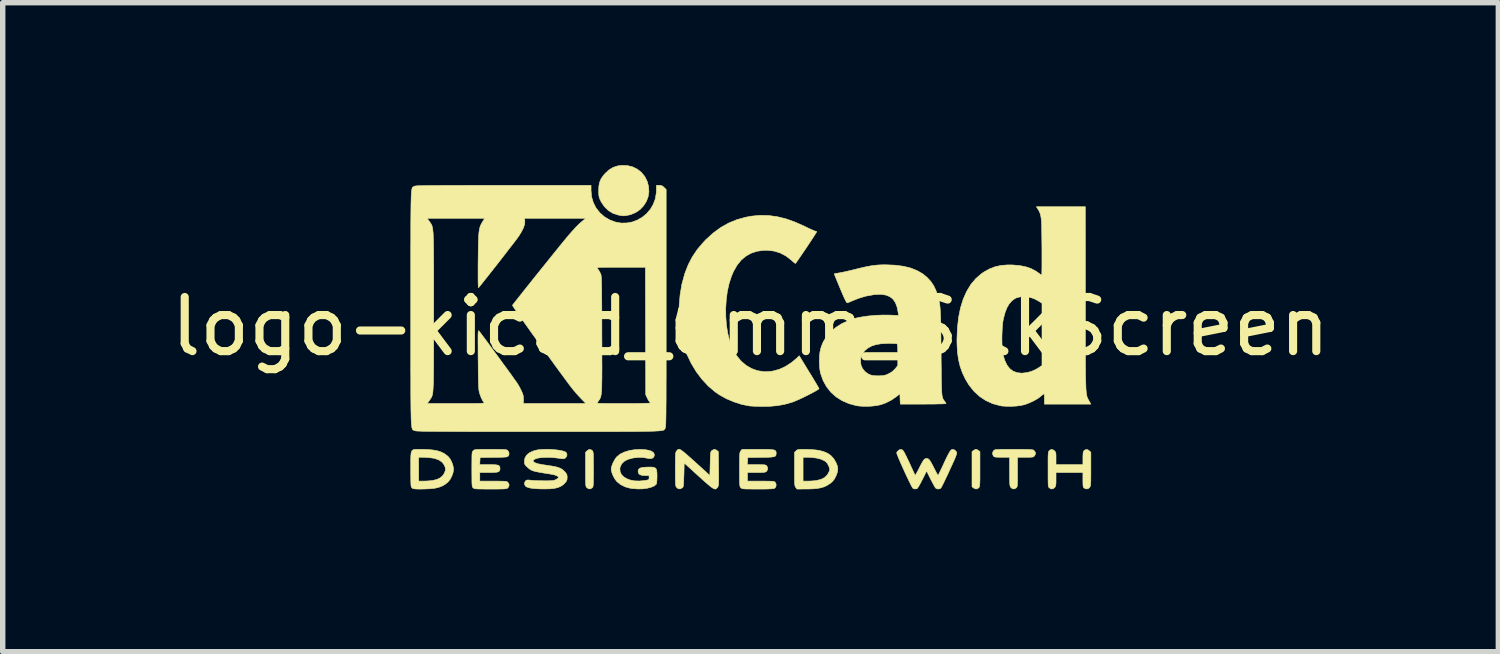
<source format=kicad_pcb>
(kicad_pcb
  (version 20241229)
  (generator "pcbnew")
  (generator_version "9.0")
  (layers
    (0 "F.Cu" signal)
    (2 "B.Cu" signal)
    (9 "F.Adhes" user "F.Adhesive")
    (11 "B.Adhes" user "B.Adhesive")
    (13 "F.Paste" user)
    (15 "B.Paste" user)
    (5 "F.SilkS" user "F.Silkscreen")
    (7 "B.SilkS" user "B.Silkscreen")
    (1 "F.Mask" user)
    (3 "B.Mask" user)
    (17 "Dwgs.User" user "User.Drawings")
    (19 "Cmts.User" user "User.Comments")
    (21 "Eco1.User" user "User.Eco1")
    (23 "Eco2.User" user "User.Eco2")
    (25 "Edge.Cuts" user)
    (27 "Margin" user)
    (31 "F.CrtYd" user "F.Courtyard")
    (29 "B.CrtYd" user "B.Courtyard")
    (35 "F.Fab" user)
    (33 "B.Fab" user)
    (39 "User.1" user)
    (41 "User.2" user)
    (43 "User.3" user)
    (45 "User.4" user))
  (footprint "logo-kicad_6mm_SilkScreen"
    (layer "F.Cu")
    (at 10.815 2.982)
    (property "Reference" "logo-kicad_6mm_SilkScreen" (at 0 0 0) (layer "F.SilkS") (effects (font (size 1 1) (thickness 0.15))))
    (attr exclude_from_pos_files exclude_from_bom)
    (fp_poly (pts (xy 4.189 2.276) (xy 4.212 2.291) (xy 4.239 2.312) (xy 4.239 2.634) (xy 4.239 2.728) (xy 4.239 2.802) (xy 4.238 2.859) (xy 4.236 2.901) (xy 4.234 2.931) (xy 4.231 2.951) (xy 4.227 2.965) (xy 4.221 2.974) (xy 4.217 2.979) (xy 4.186 3) (xy 4.15 2.999) (xy 4.119 2.981) (xy 4.092 2.96) (xy 4.092 2.312) (xy 4.119 2.291) (xy 4.145 2.275) (xy 4.166 2.269) (xy 4.189 2.276)) (stroke (width 0.01) (type solid)) (fill yes) (layer "F.SilkS"))
    (fp_poly (pts (xy -2.924 2.292) (xy -2.917 2.299) (xy -2.912 2.309) (xy -2.908 2.324) (xy -2.905 2.346) (xy -2.903 2.378) (xy -2.902 2.422) (xy -2.902 2.482) (xy -2.901 2.56) (xy -2.901 2.636) (xy -2.901 2.73) (xy -2.902 2.804) (xy -2.902 2.86) (xy -2.904 2.902) (xy -2.906 2.932) (xy -2.909 2.952) (xy -2.913 2.965) (xy -2.919 2.974) (xy -2.924 2.98) (xy -2.957 3) (xy -2.992 2.998) (xy -3.023 2.977) (xy -3.031 2.968) (xy -3.036 2.959) (xy -3.041 2.945) (xy -3.044 2.924) (xy -3.046 2.895) (xy -3.047 2.853) (xy -3.048 2.796) (xy -3.048 2.722) (xy -3.048 2.638) (xy -3.048 2.324) (xy -3.02 2.297) (xy -2.986 2.273) (xy -2.953 2.273) (xy -2.924 2.292)) (stroke (width 0.01) (type solid)) (fill yes) (layer "F.SilkS"))
    (fp_poly (pts (xy -2.273 -2.973) (xy -2.177 -2.949) (xy -2.09 -2.906) (xy -2.015 -2.847) (xy -1.954 -2.772) (xy -1.909 -2.683) (xy -1.883 -2.586) (xy -1.877 -2.489) (xy -1.892 -2.395) (xy -1.926 -2.307) (xy -1.977 -2.228) (xy -2.042 -2.16) (xy -2.121 -2.106) (xy -2.212 -2.068) (xy -2.263 -2.056) (xy -2.308 -2.048) (xy -2.342 -2.045) (xy -2.375 -2.047) (xy -2.415 -2.054) (xy -2.449 -2.061) (xy -2.542 -2.092) (xy -2.626 -2.143) (xy -2.698 -2.213) (xy -2.756 -2.298) (xy -2.77 -2.326) (xy -2.787 -2.362) (xy -2.797 -2.392) (xy -2.802 -2.425) (xy -2.805 -2.466) (xy -2.805 -2.512) (xy -2.801 -2.596) (xy -2.787 -2.665) (xy -2.762 -2.726) (xy -2.723 -2.784) (xy -2.684 -2.829) (xy -2.612 -2.895) (xy -2.537 -2.94) (xy -2.455 -2.967) (xy -2.377 -2.977) (xy -2.273 -2.973)) (stroke (width 0.01) (type solid)) (fill yes) (layer "F.SilkS"))
    (fp_poly (pts (xy 4.963 2.269) (xy 5.042 2.27) (xy 5.103 2.27) (xy 5.149 2.272) (xy 5.182 2.274) (xy 5.205 2.277) (xy 5.221 2.28) (xy 5.231 2.285) (xy 5.236 2.289) (xy 5.261 2.321) (xy 5.265 2.355) (xy 5.249 2.386) (xy 5.238 2.398) (xy 5.227 2.406) (xy 5.211 2.412) (xy 5.186 2.414) (xy 5.147 2.416) (xy 5.09 2.416) (xy 5.079 2.416) (xy 4.933 2.416) (xy 4.933 2.687) (xy 4.933 2.772) (xy 4.933 2.838) (xy 4.932 2.887) (xy 4.93 2.922) (xy 4.927 2.946) (xy 4.923 2.962) (xy 4.918 2.972) (xy 4.911 2.98) (xy 4.878 3) (xy 4.843 2.999) (xy 4.812 2.976) (xy 4.81 2.973) (xy 4.802 2.962) (xy 4.797 2.95) (xy 4.793 2.933) (xy 4.79 2.908) (xy 4.788 2.872) (xy 4.787 2.822) (xy 4.787 2.755) (xy 4.786 2.68) (xy 4.786 2.416) (xy 4.647 2.416) (xy 4.587 2.415) (xy 4.546 2.414) (xy 4.519 2.411) (xy 4.502 2.405) (xy 4.49 2.397) (xy 4.489 2.395) (xy 4.473 2.362) (xy 4.474 2.324) (xy 4.493 2.292) (xy 4.5 2.285) (xy 4.51 2.28) (xy 4.524 2.276) (xy 4.545 2.274) (xy 4.575 2.272) (xy 4.618 2.27) (xy 4.676 2.269) (xy 4.75 2.269) (xy 4.844 2.269) (xy 4.864 2.269) (xy 4.963 2.269)) (stroke (width 0.01) (type solid)) (fill yes) (layer "F.SilkS"))
    (fp_poly (pts (xy 6.229 2.275) (xy 6.26 2.297) (xy 6.288 2.324) (xy 6.288 2.634) (xy 6.288 2.726) (xy 6.287 2.798) (xy 6.287 2.853) (xy 6.285 2.893) (xy 6.283 2.922) (xy 6.28 2.942) (xy 6.275 2.956) (xy 6.269 2.967) (xy 6.265 2.973) (xy 6.234 2.998) (xy 6.198 3) (xy 6.166 2.985) (xy 6.156 2.976) (xy 6.148 2.965) (xy 6.144 2.946) (xy 6.142 2.915) (xy 6.141 2.869) (xy 6.141 2.833) (xy 6.141 2.698) (xy 5.644 2.698) (xy 5.644 2.821) (xy 5.644 2.877) (xy 5.642 2.915) (xy 5.638 2.941) (xy 5.63 2.96) (xy 5.621 2.973) (xy 5.59 2.998) (xy 5.555 3.001) (xy 5.522 2.983) (xy 5.513 2.974) (xy 5.506 2.962) (xy 5.502 2.943) (xy 5.499 2.914) (xy 5.498 2.87) (xy 5.497 2.808) (xy 5.497 2.794) (xy 5.497 2.678) (xy 5.497 2.582) (xy 5.497 2.504) (xy 5.497 2.443) (xy 5.498 2.396) (xy 5.5 2.361) (xy 5.502 2.335) (xy 5.505 2.318) (xy 5.51 2.306) (xy 5.515 2.298) (xy 5.52 2.292) (xy 5.552 2.272) (xy 5.585 2.275) (xy 5.617 2.297) (xy 5.629 2.311) (xy 5.638 2.327) (xy 5.642 2.35) (xy 5.644 2.384) (xy 5.644 2.436) (xy 5.644 2.551) (xy 6.141 2.551) (xy 6.141 2.433) (xy 6.142 2.378) (xy 6.144 2.341) (xy 6.148 2.317) (xy 6.155 2.301) (xy 6.164 2.292) (xy 6.196 2.272) (xy 6.229 2.275)) (stroke (width 0.01) (type solid)) (fill yes) (layer "F.SilkS"))
    (fp_poly (pts (xy 1.018 2.269) (xy 1.147 2.274) (xy 1.257 2.287) (xy 1.349 2.31) (xy 1.426 2.343) (xy 1.489 2.388) (xy 1.539 2.444) (xy 1.58 2.514) (xy 1.58 2.515) (xy 1.605 2.577) (xy 1.613 2.633) (xy 1.606 2.688) (xy 1.584 2.751) (xy 1.579 2.761) (xy 1.55 2.817) (xy 1.517 2.86) (xy 1.475 2.897) (xy 1.417 2.934) (xy 1.414 2.936) (xy 1.364 2.96) (xy 1.307 2.978) (xy 1.24 2.991) (xy 1.159 2.999) (xy 1.06 3.002) (xy 1.025 3.002) (xy 0.86 3.003) (xy 0.836 2.973) (xy 0.829 2.963) (xy 0.824 2.952) (xy 0.82 2.936) (xy 0.817 2.913) (xy 0.815 2.88) (xy 0.814 2.856) (xy 0.971 2.856) (xy 1.065 2.856) (xy 1.12 2.854) (xy 1.176 2.85) (xy 1.222 2.844) (xy 1.225 2.844) (xy 1.307 2.822) (xy 1.371 2.789) (xy 1.418 2.743) (xy 1.451 2.683) (xy 1.457 2.667) (xy 1.463 2.642) (xy 1.46 2.618) (xy 1.448 2.585) (xy 1.441 2.569) (xy 1.418 2.527) (xy 1.39 2.497) (xy 1.359 2.477) (xy 1.297 2.45) (xy 1.218 2.43) (xy 1.125 2.419) (xy 1.058 2.416) (xy 0.971 2.416) (xy 0.971 2.856) (xy 0.814 2.856) (xy 0.814 2.835) (xy 0.813 2.774) (xy 0.813 2.696) (xy 0.813 2.634) (xy 0.813 2.324) (xy 0.841 2.297) (xy 0.853 2.286) (xy 0.866 2.278) (xy 0.885 2.273) (xy 0.913 2.27) (xy 0.955 2.269) (xy 1.015 2.269) (xy 1.018 2.269)) (stroke (width 0.01) (type solid)) (fill yes) (layer "F.SilkS"))
    (fp_poly (pts (xy -6.121 2.269) (xy -6.082 2.269) (xy -5.966 2.272) (xy -5.869 2.281) (xy -5.788 2.295) (xy -5.719 2.317) (xy -5.658 2.347) (xy -5.604 2.387) (xy -5.584 2.404) (xy -5.552 2.443) (xy -5.523 2.497) (xy -5.5 2.557) (xy -5.488 2.615) (xy -5.486 2.636) (xy -5.494 2.695) (xy -5.516 2.759) (xy -5.547 2.82) (xy -5.584 2.868) (xy -5.59 2.874) (xy -5.641 2.915) (xy -5.696 2.947) (xy -5.76 2.971) (xy -5.834 2.988) (xy -5.924 2.998) (xy -6.031 3.002) (xy -6.08 3.003) (xy -6.142 3.003) (xy -6.186 3.001) (xy -6.215 2.999) (xy -6.234 2.994) (xy -6.247 2.987) (xy -6.254 2.98) (xy -6.261 2.973) (xy -6.266 2.963) (xy -6.27 2.948) (xy -6.273 2.926) (xy -6.274 2.894) (xy -6.276 2.85) (xy -6.276 2.79) (xy -6.277 2.712) (xy -6.277 2.636) (xy -6.277 2.535) (xy -6.277 2.454) (xy -6.276 2.416) (xy -6.13 2.416) (xy -6.13 2.856) (xy -6.037 2.856) (xy -5.981 2.854) (xy -5.922 2.85) (xy -5.873 2.844) (xy -5.872 2.844) (xy -5.792 2.825) (xy -5.731 2.795) (xy -5.684 2.753) (xy -5.655 2.707) (xy -5.636 2.656) (xy -5.638 2.608) (xy -5.659 2.557) (xy -5.7 2.504) (xy -5.758 2.465) (xy -5.833 2.438) (xy -5.883 2.429) (xy -5.939 2.423) (xy -6 2.418) (xy -6.051 2.416) (xy -6.054 2.416) (xy -6.13 2.416) (xy -6.276 2.416) (xy -6.275 2.392) (xy -6.271 2.345) (xy -6.263 2.312) (xy -6.25 2.29) (xy -6.23 2.277) (xy -6.203 2.27) (xy -6.167 2.269) (xy -6.121 2.269)) (stroke (width 0.01) (type solid)) (fill yes) (layer "F.SilkS"))
    (fp_poly (pts (xy -1.3 2.273) (xy -1.277 2.287) (xy -1.246 2.31) (xy -1.206 2.342) (xy -1.156 2.386) (xy -1.094 2.441) (xy -1.018 2.509) (xy -0.931 2.588) (xy -0.751 2.752) (xy -0.745 2.532) (xy -0.743 2.456) (xy -0.741 2.4) (xy -0.739 2.36) (xy -0.736 2.332) (xy -0.731 2.314) (xy -0.725 2.303) (xy -0.717 2.294) (xy -0.713 2.291) (xy -0.678 2.272) (xy -0.645 2.274) (xy -0.619 2.291) (xy -0.593 2.312) (xy -0.589 2.627) (xy -0.588 2.72) (xy -0.588 2.793) (xy -0.588 2.848) (xy -0.589 2.889) (xy -0.591 2.919) (xy -0.594 2.939) (xy -0.598 2.953) (xy -0.604 2.964) (xy -0.61 2.972) (xy -0.623 2.988) (xy -0.637 2.999) (xy -0.652 3.003) (xy -0.671 2.999) (xy -0.695 2.987) (xy -0.727 2.965) (xy -0.768 2.932) (xy -0.821 2.887) (xy -0.886 2.829) (xy -0.96 2.762) (xy -1.225 2.521) (xy -1.23 2.741) (xy -1.233 2.816) (xy -1.235 2.872) (xy -1.237 2.913) (xy -1.24 2.94) (xy -1.244 2.958) (xy -1.25 2.969) (xy -1.259 2.978) (xy -1.263 2.981) (xy -1.3 3) (xy -1.335 2.997) (xy -1.365 2.973) (xy -1.372 2.963) (xy -1.378 2.952) (xy -1.382 2.936) (xy -1.385 2.913) (xy -1.386 2.88) (xy -1.388 2.835) (xy -1.388 2.774) (xy -1.389 2.694) (xy -1.389 2.636) (xy -1.388 2.544) (xy -1.388 2.473) (xy -1.387 2.418) (xy -1.386 2.378) (xy -1.384 2.349) (xy -1.38 2.329) (xy -1.376 2.315) (xy -1.37 2.305) (xy -1.365 2.299) (xy -1.354 2.285) (xy -1.343 2.274) (xy -1.332 2.268) (xy -1.318 2.267) (xy -1.3 2.273)) (stroke (width 0.01) (type solid)) (fill yes) (layer "F.SilkS"))
    (fp_poly (pts (xy -1.95 2.275) (xy -1.882 2.286) (xy -1.829 2.304) (xy -1.795 2.327) (xy -1.785 2.341) (xy -1.776 2.372) (xy -1.782 2.4) (xy -1.802 2.427) (xy -1.834 2.44) (xy -1.879 2.439) (xy -1.914 2.432) (xy -1.992 2.419) (xy -2.072 2.418) (xy -2.162 2.428) (xy -2.186 2.433) (xy -2.269 2.456) (xy -2.334 2.491) (xy -2.38 2.537) (xy -2.407 2.592) (xy -2.413 2.621) (xy -2.409 2.68) (xy -2.386 2.732) (xy -2.345 2.776) (xy -2.288 2.811) (xy -2.219 2.837) (xy -2.138 2.852) (xy -2.048 2.854) (xy -1.951 2.845) (xy -1.945 2.844) (xy -1.907 2.836) (xy -1.885 2.83) (xy -1.876 2.819) (xy -1.874 2.802) (xy -1.874 2.793) (xy -1.874 2.754) (xy -1.942 2.754) (xy -2.003 2.75) (xy -2.044 2.737) (xy -2.068 2.714) (xy -2.077 2.679) (xy -2.077 2.674) (xy -2.072 2.645) (xy -2.054 2.623) (xy -2.022 2.609) (xy -1.972 2.601) (xy -1.923 2.598) (xy -1.852 2.596) (xy -1.801 2.599) (xy -1.766 2.609) (xy -1.744 2.628) (xy -1.733 2.66) (xy -1.728 2.708) (xy -1.727 2.77) (xy -1.729 2.84) (xy -1.733 2.887) (xy -1.74 2.912) (xy -1.741 2.914) (xy -1.78 2.946) (xy -1.837 2.97) (xy -1.909 2.988) (xy -1.991 2.999) (xy -2.081 3.001) (xy -2.175 2.994) (xy -2.23 2.986) (xy -2.316 2.962) (xy -2.396 2.922) (xy -2.463 2.87) (xy -2.473 2.86) (xy -2.506 2.816) (xy -2.536 2.762) (xy -2.559 2.706) (xy -2.572 2.654) (xy -2.574 2.635) (xy -2.567 2.593) (xy -2.55 2.542) (xy -2.524 2.488) (xy -2.495 2.439) (xy -2.469 2.406) (xy -2.408 2.357) (xy -2.329 2.319) (xy -2.235 2.29) (xy -2.129 2.274) (xy -2.032 2.27) (xy -1.95 2.275)) (stroke (width 0.01) (type solid)) (fill yes) (layer "F.SilkS"))
    (fp_poly (pts (xy 0.23 2.269) (xy 0.307 2.27) (xy 0.365 2.272) (xy 0.408 2.276) (xy 0.438 2.282) (xy 0.457 2.291) (xy 0.468 2.303) (xy 0.473 2.319) (xy 0.474 2.339) (xy 0.474 2.341) (xy 0.473 2.364) (xy 0.468 2.382) (xy 0.457 2.395) (xy 0.437 2.404) (xy 0.406 2.41) (xy 0.36 2.414) (xy 0.298 2.417) (xy 0.216 2.418) (xy 0.191 2.418) (xy -0.051 2.421) (xy -0.054 2.486) (xy -0.058 2.551) (xy 0.111 2.551) (xy 0.176 2.552) (xy 0.223 2.553) (xy 0.255 2.555) (xy 0.276 2.559) (xy 0.289 2.565) (xy 0.299 2.573) (xy 0.299 2.573) (xy 0.316 2.607) (xy 0.316 2.643) (xy 0.297 2.674) (xy 0.294 2.678) (xy 0.281 2.686) (xy 0.263 2.692) (xy 0.237 2.695) (xy 0.197 2.697) (xy 0.142 2.698) (xy 0.106 2.698) (xy -0.056 2.698) (xy -0.056 2.856) (xy 0.19 2.856) (xy 0.272 2.856) (xy 0.333 2.857) (xy 0.379 2.858) (xy 0.41 2.86) (xy 0.431 2.864) (xy 0.445 2.868) (xy 0.453 2.874) (xy 0.455 2.877) (xy 0.472 2.908) (xy 0.473 2.944) (xy 0.46 2.975) (xy 0.449 2.985) (xy 0.438 2.991) (xy 0.421 2.995) (xy 0.396 2.998) (xy 0.359 3) (xy 0.308 3.002) (xy 0.24 3.003) (xy 0.153 3.003) (xy 0.133 3.003) (xy 0.045 3.003) (xy -0.024 3.002) (xy -0.075 3.002) (xy -0.113 3) (xy -0.139 2.998) (xy -0.156 2.994) (xy -0.167 2.989) (xy -0.176 2.983) (xy -0.18 2.978) (xy -0.187 2.97) (xy -0.192 2.96) (xy -0.196 2.945) (xy -0.199 2.923) (xy -0.201 2.89) (xy -0.202 2.845) (xy -0.203 2.785) (xy -0.203 2.707) (xy -0.203 2.641) (xy -0.203 2.549) (xy -0.203 2.476) (xy -0.202 2.421) (xy -0.201 2.38) (xy -0.198 2.35) (xy -0.195 2.33) (xy -0.191 2.316) (xy -0.185 2.305) (xy -0.18 2.299) (xy -0.156 2.269) (xy 0.134 2.269) (xy 0.23 2.269)) (stroke (width 0.01) (type solid)) (fill yes) (layer "F.SilkS"))
    (fp_poly (pts (xy -4.713 2.269) (xy -4.643 2.27) (xy -4.591 2.27) (xy -4.553 2.272) (xy -4.526 2.274) (xy -4.508 2.278) (xy -4.496 2.283) (xy -4.487 2.289) (xy -4.484 2.292) (xy -4.464 2.323) (xy -4.46 2.359) (xy -4.473 2.391) (xy -4.48 2.397) (xy -4.489 2.403) (xy -4.505 2.408) (xy -4.529 2.412) (xy -4.566 2.414) (xy -4.617 2.416) (xy -4.685 2.418) (xy -4.748 2.418) (xy -4.995 2.421) (xy -4.999 2.486) (xy -5.002 2.551) (xy -4.834 2.551) (xy -4.761 2.552) (xy -4.708 2.555) (xy -4.671 2.56) (xy -4.647 2.57) (xy -4.634 2.586) (xy -4.629 2.607) (xy -4.628 2.628) (xy -4.631 2.653) (xy -4.64 2.671) (xy -4.659 2.684) (xy -4.691 2.692) (xy -4.738 2.696) (xy -4.804 2.698) (xy -4.84 2.698) (xy -5.001 2.698) (xy -5.001 2.856) (xy -4.753 2.856) (xy -4.671 2.856) (xy -4.609 2.857) (xy -4.564 2.858) (xy -4.532 2.86) (xy -4.511 2.863) (xy -4.496 2.868) (xy -4.487 2.874) (xy -4.482 2.879) (xy -4.465 2.906) (xy -4.459 2.929) (xy -4.467 2.959) (xy -4.482 2.98) (xy -4.49 2.987) (xy -4.5 2.992) (xy -4.515 2.996) (xy -4.538 2.999) (xy -4.571 3.001) (xy -4.618 3.002) (xy -4.68 3.003) (xy -4.761 3.003) (xy -4.803 3.003) (xy -4.894 3.003) (xy -4.964 3.002) (xy -5.017 3.002) (xy -5.056 3) (xy -5.083 2.998) (xy -5.101 2.994) (xy -5.113 2.99) (xy -5.122 2.983) (xy -5.125 2.98) (xy -5.132 2.973) (xy -5.137 2.963) (xy -5.141 2.948) (xy -5.144 2.926) (xy -5.146 2.894) (xy -5.147 2.849) (xy -5.147 2.789) (xy -5.148 2.711) (xy -5.148 2.638) (xy -5.148 2.545) (xy -5.147 2.471) (xy -5.147 2.415) (xy -5.146 2.374) (xy -5.144 2.345) (xy -5.141 2.325) (xy -5.136 2.312) (xy -5.131 2.303) (xy -5.123 2.295) (xy -5.122 2.294) (xy -5.113 2.286) (xy -5.103 2.28) (xy -5.089 2.276) (xy -5.067 2.273) (xy -5.036 2.271) (xy -4.993 2.27) (xy -4.934 2.269) (xy -4.857 2.269) (xy -4.802 2.269) (xy -4.713 2.269)) (stroke (width 0.01) (type solid)) (fill yes) (layer "F.SilkS"))
    (fp_poly (pts (xy 3.745 2.271) (xy 3.764 2.278) (xy 3.765 2.278) (xy 3.792 2.299) (xy 3.806 2.32) (xy 3.809 2.329) (xy 3.809 2.342) (xy 3.805 2.361) (xy 3.796 2.387) (xy 3.782 2.424) (xy 3.761 2.473) (xy 3.732 2.536) (xy 3.695 2.617) (xy 3.675 2.661) (xy 3.639 2.74) (xy 3.604 2.812) (xy 3.574 2.876) (xy 3.548 2.928) (xy 3.528 2.965) (xy 3.516 2.986) (xy 3.513 2.989) (xy 3.482 3.001) (xy 3.447 3) (xy 3.419 2.984) (xy 3.418 2.983) (xy 3.407 2.966) (xy 3.388 2.933) (xy 3.364 2.888) (xy 3.337 2.836) (xy 3.327 2.817) (xy 3.254 2.67) (xy 3.174 2.829) (xy 3.146 2.884) (xy 3.119 2.932) (xy 3.097 2.969) (xy 3.081 2.991) (xy 3.076 2.996) (xy 3.034 3.002) (xy 3 2.989) (xy 2.99 2.974) (xy 2.972 2.943) (xy 2.949 2.897) (xy 2.921 2.839) (xy 2.89 2.774) (xy 2.857 2.704) (xy 2.824 2.631) (xy 2.792 2.56) (xy 2.763 2.494) (xy 2.737 2.435) (xy 2.718 2.386) (xy 2.705 2.352) (xy 2.7 2.334) (xy 2.7 2.334) (xy 2.711 2.311) (xy 2.733 2.289) (xy 2.735 2.288) (xy 2.762 2.272) (xy 2.787 2.273) (xy 2.796 2.275) (xy 2.808 2.282) (xy 2.82 2.294) (xy 2.834 2.315) (xy 2.852 2.347) (xy 2.875 2.393) (xy 2.905 2.455) (xy 2.932 2.512) (xy 2.962 2.578) (xy 2.99 2.638) (xy 3.013 2.688) (xy 3.03 2.725) (xy 3.039 2.746) (xy 3.041 2.749) (xy 3.047 2.743) (xy 3.061 2.721) (xy 3.081 2.685) (xy 3.106 2.638) (xy 3.115 2.619) (xy 3.148 2.554) (xy 3.174 2.507) (xy 3.194 2.474) (xy 3.21 2.454) (xy 3.226 2.443) (xy 3.242 2.439) (xy 3.252 2.438) (xy 3.271 2.44) (xy 3.287 2.447) (xy 3.303 2.462) (xy 3.321 2.487) (xy 3.344 2.526) (xy 3.373 2.581) (xy 3.389 2.613) (xy 3.415 2.663) (xy 3.437 2.705) (xy 3.454 2.734) (xy 3.464 2.748) (xy 3.466 2.749) (xy 3.472 2.738) (xy 3.487 2.709) (xy 3.508 2.666) (xy 3.534 2.612) (xy 3.564 2.548) (xy 3.578 2.517) (xy 3.616 2.436) (xy 3.647 2.374) (xy 3.672 2.328) (xy 3.692 2.297) (xy 3.71 2.278) (xy 3.727 2.271) (xy 3.745 2.271)) (stroke (width 0.01) (type solid)) (fill yes) (layer "F.SilkS"))
    (fp_poly (pts (xy -3.692 2.27) (xy -3.617 2.276) (xy -3.547 2.284) (xy -3.487 2.295) (xy -3.44 2.308) (xy -3.41 2.323) (xy -3.406 2.327) (xy -3.39 2.362) (xy -3.395 2.397) (xy -3.419 2.428) (xy -3.421 2.429) (xy -3.435 2.438) (xy -3.45 2.443) (xy -3.471 2.443) (xy -3.503 2.44) (xy -3.552 2.432) (xy -3.556 2.432) (xy -3.629 2.423) (xy -3.707 2.418) (xy -3.786 2.418) (xy -3.859 2.422) (xy -3.922 2.43) (xy -3.968 2.443) (xy -3.971 2.444) (xy -4.005 2.463) (xy -4.017 2.482) (xy -4.008 2.5) (xy -3.978 2.518) (xy -3.929 2.535) (xy -3.861 2.549) (xy -3.816 2.556) (xy -3.721 2.57) (xy -3.647 2.582) (xy -3.588 2.594) (xy -3.542 2.608) (xy -3.506 2.623) (xy -3.476 2.641) (xy -3.449 2.664) (xy -3.428 2.686) (xy -3.403 2.717) (xy -3.391 2.743) (xy -3.387 2.776) (xy -3.387 2.788) (xy -3.39 2.828) (xy -3.401 2.857) (xy -3.421 2.883) (xy -3.462 2.924) (xy -3.508 2.954) (xy -3.562 2.976) (xy -3.627 2.991) (xy -3.707 2.999) (xy -3.805 3.001) (xy -3.821 3.001) (xy -3.887 3) (xy -3.952 2.997) (xy -4.009 2.992) (xy -4.052 2.987) (xy -4.055 2.987) (xy -4.098 2.976) (xy -4.134 2.964) (xy -4.154 2.952) (xy -4.173 2.922) (xy -4.174 2.886) (xy -4.158 2.854) (xy -4.154 2.851) (xy -4.139 2.84) (xy -4.12 2.835) (xy -4.091 2.836) (xy -4.056 2.84) (xy -4.016 2.844) (xy -3.96 2.847) (xy -3.895 2.849) (xy -3.828 2.85) (xy -3.81 2.85) (xy -3.742 2.85) (xy -3.692 2.849) (xy -3.657 2.846) (xy -3.63 2.841) (xy -3.609 2.834) (xy -3.596 2.828) (xy -3.568 2.811) (xy -3.55 2.796) (xy -3.547 2.792) (xy -3.553 2.774) (xy -3.579 2.757) (xy -3.624 2.741) (xy -3.687 2.728) (xy -3.705 2.725) (xy -3.801 2.71) (xy -3.878 2.697) (xy -3.938 2.686) (xy -3.984 2.676) (xy -4.021 2.665) (xy -4.049 2.653) (xy -4.073 2.639) (xy -4.096 2.622) (xy -4.119 2.601) (xy -4.127 2.594) (xy -4.155 2.567) (xy -4.17 2.545) (xy -4.176 2.52) (xy -4.177 2.489) (xy -4.167 2.428) (xy -4.136 2.376) (xy -4.085 2.333) (xy -4.013 2.3) (xy -3.962 2.285) (xy -3.907 2.275) (xy -3.841 2.27) (xy -3.768 2.268) (xy -3.692 2.27)) (stroke (width 0.01) (type solid)) (fill yes) (layer "F.SilkS"))
    (fp_poly (pts (xy 0.328 -2.051) (xy 0.489 -2.03) (xy 0.653 -1.99) (xy 0.822 -1.93) (xy 1 -1.851) (xy 1.011 -1.845) (xy 1.069 -1.817) (xy 1.121 -1.793) (xy 1.162 -1.775) (xy 1.19 -1.764) (xy 1.2 -1.761) (xy 1.219 -1.756) (xy 1.224 -1.752) (xy 1.218 -1.741) (xy 1.202 -1.715) (xy 1.177 -1.676) (xy 1.145 -1.626) (xy 1.107 -1.569) (xy 1.066 -1.507) (xy 1.023 -1.442) (xy 0.98 -1.379) (xy 0.939 -1.319) (xy 0.902 -1.265) (xy 0.871 -1.22) (xy 0.847 -1.186) (xy 0.832 -1.167) (xy 0.83 -1.165) (xy 0.82 -1.17) (xy 0.798 -1.187) (xy 0.767 -1.214) (xy 0.752 -1.228) (xy 0.655 -1.303) (xy 0.548 -1.359) (xy 0.433 -1.394) (xy 0.31 -1.408) (xy 0.241 -1.407) (xy 0.119 -1.39) (xy 0.01 -1.354) (xy -0.087 -1.299) (xy -0.174 -1.225) (xy -0.249 -1.131) (xy -0.314 -1.018) (xy -0.351 -0.931) (xy -0.395 -0.796) (xy -0.428 -0.648) (xy -0.448 -0.493) (xy -0.458 -0.333) (xy -0.456 -0.173) (xy -0.443 -0.016) (xy -0.419 0.133) (xy -0.384 0.271) (xy -0.338 0.395) (xy -0.322 0.429) (xy -0.253 0.543) (xy -0.173 0.64) (xy -0.081 0.718) (xy 0.02 0.777) (xy 0.13 0.816) (xy 0.247 0.834) (xy 0.289 0.835) (xy 0.41 0.824) (xy 0.531 0.791) (xy 0.649 0.737) (xy 0.762 0.663) (xy 0.854 0.585) (xy 0.9 0.54) (xy 1.081 0.837) (xy 1.127 0.911) (xy 1.168 0.98) (xy 1.204 1.039) (xy 1.233 1.088) (xy 1.254 1.124) (xy 1.265 1.144) (xy 1.266 1.147) (xy 1.258 1.157) (xy 1.233 1.174) (xy 1.193 1.197) (xy 1.142 1.225) (xy 1.084 1.255) (xy 1.021 1.287) (xy 0.958 1.318) (xy 0.896 1.346) (xy 0.839 1.371) (xy 0.791 1.391) (xy 0.768 1.399) (xy 0.634 1.437) (xy 0.496 1.462) (xy 0.349 1.475) (xy 0.222 1.477) (xy 0.154 1.476) (xy 0.088 1.474) (xy 0.031 1.471) (xy -0.013 1.468) (xy -0.027 1.466) (xy -0.166 1.438) (xy -0.307 1.392) (xy -0.445 1.334) (xy -0.572 1.264) (xy -0.649 1.211) (xy -0.777 1.103) (xy -0.895 0.977) (xy -1.002 0.835) (xy -1.095 0.681) (xy -1.173 0.518) (xy -1.217 0.401) (xy -1.267 0.217) (xy -1.301 0.023) (xy -1.318 -0.179) (xy -1.318 -0.382) (xy -1.301 -0.584) (xy -1.268 -0.781) (xy -1.217 -0.967) (xy -1.214 -0.978) (xy -1.151 -1.14) (xy -1.074 -1.288) (xy -0.981 -1.426) (xy -0.868 -1.558) (xy -0.825 -1.604) (xy -0.688 -1.728) (xy -0.549 -1.83) (xy -0.403 -1.912) (xy -0.249 -1.975) (xy -0.084 -2.02) (xy 0.011 -2.038) (xy 0.17 -2.054) (xy 0.328 -2.051)) (stroke (width 0.01) (type solid)) (fill yes) (layer "F.SilkS"))
    (fp_poly (pts (xy 6.187 -0.528) (xy 6.187 -0.293) (xy 6.187 -0.08) (xy 6.187 0.112) (xy 6.187 0.285) (xy 6.187 0.441) (xy 6.188 0.579) (xy 6.188 0.701) (xy 6.189 0.808) (xy 6.19 0.901) (xy 6.192 0.982) (xy 6.194 1.051) (xy 6.196 1.11) (xy 6.198 1.159) (xy 6.202 1.2) (xy 6.205 1.234) (xy 6.21 1.262) (xy 6.214 1.285) (xy 6.22 1.304) (xy 6.226 1.321) (xy 6.233 1.335) (xy 6.24 1.349) (xy 6.249 1.364) (xy 6.254 1.373) (xy 6.288 1.434) (xy 5.43 1.434) (xy 5.43 1.338) (xy 5.429 1.294) (xy 5.427 1.261) (xy 5.424 1.243) (xy 5.423 1.242) (xy 5.412 1.249) (xy 5.389 1.267) (xy 5.366 1.286) (xy 5.312 1.327) (xy 5.242 1.368) (xy 5.165 1.405) (xy 5.088 1.435) (xy 5.057 1.445) (xy 4.989 1.46) (xy 4.906 1.47) (xy 4.816 1.475) (xy 4.728 1.474) (xy 4.649 1.469) (xy 4.612 1.463) (xy 4.473 1.425) (xy 4.346 1.367) (xy 4.23 1.29) (xy 4.127 1.195) (xy 4.036 1.081) (xy 3.969 0.97) (xy 3.914 0.854) (xy 3.872 0.734) (xy 3.842 0.608) (xy 3.823 0.472) (xy 3.815 0.32) (xy 3.814 0.243) (xy 3.816 0.186) (xy 4.645 0.186) (xy 4.645 0.279) (xy 4.648 0.367) (xy 4.654 0.444) (xy 4.662 0.505) (xy 4.665 0.517) (xy 4.697 0.625) (xy 4.738 0.712) (xy 4.79 0.779) (xy 4.853 0.826) (xy 4.926 0.853) (xy 5.011 0.862) (xy 5.107 0.851) (xy 5.17 0.835) (xy 5.219 0.817) (xy 5.274 0.791) (xy 5.314 0.767) (xy 5.385 0.721) (xy 5.385 -0.429) (xy 5.317 -0.473) (xy 5.239 -0.514) (xy 5.155 -0.541) (xy 5.07 -0.553) (xy 4.988 -0.549) (xy 4.915 -0.53) (xy 4.883 -0.515) (xy 4.826 -0.472) (xy 4.777 -0.415) (xy 4.735 -0.342) (xy 4.701 -0.252) (xy 4.672 -0.141) (xy 4.671 -0.135) (xy 4.66 -0.073) (xy 4.653 0.005) (xy 4.648 0.093) (xy 4.645 0.186) (xy 3.816 0.186) (xy 3.822 0.03) (xy 3.844 -0.166) (xy 3.88 -0.345) (xy 3.93 -0.506) (xy 3.994 -0.65) (xy 4.071 -0.777) (xy 4.163 -0.886) (xy 4.268 -0.977) (xy 4.314 -1.008) (xy 4.415 -1.064) (xy 4.518 -1.104) (xy 4.628 -1.128) (xy 4.749 -1.138) (xy 4.842 -1.137) (xy 4.971 -1.126) (xy 5.084 -1.104) (xy 5.183 -1.07) (xy 5.271 -1.024) (xy 5.32 -0.99) (xy 5.349 -0.968) (xy 5.371 -0.953) (xy 5.379 -0.948) (xy 5.381 -0.959) (xy 5.382 -0.99) (xy 5.383 -1.037) (xy 5.384 -1.1) (xy 5.384 -1.173) (xy 5.384 -1.256) (xy 5.384 -1.344) (xy 5.384 -1.436) (xy 5.383 -1.528) (xy 5.382 -1.618) (xy 5.381 -1.704) (xy 5.38 -1.781) (xy 5.379 -1.848) (xy 5.377 -1.902) (xy 5.375 -1.94) (xy 5.375 -1.947) (xy 5.367 -2.018) (xy 5.356 -2.073) (xy 5.338 -2.12) (xy 5.312 -2.166) (xy 5.305 -2.176) (xy 5.281 -2.213) (xy 6.186 -2.213) (xy 6.187 -0.528)) (stroke (width 0.01) (type solid)) (fill yes) (layer "F.SilkS"))
    (fp_poly (pts (xy 2.674 -1.133) (xy 2.825 -1.113) (xy 2.961 -1.08) (xy 3.08 -1.032) (xy 3.185 -0.971) (xy 3.262 -0.907) (xy 3.331 -0.833) (xy 3.385 -0.753) (xy 3.428 -0.661) (xy 3.443 -0.618) (xy 3.456 -0.579) (xy 3.467 -0.543) (xy 3.477 -0.508) (xy 3.485 -0.472) (xy 3.492 -0.433) (xy 3.498 -0.39) (xy 3.503 -0.34) (xy 3.507 -0.283) (xy 3.51 -0.215) (xy 3.513 -0.136) (xy 3.515 -0.043) (xy 3.517 0.066) (xy 3.518 0.192) (xy 3.52 0.337) (xy 3.521 0.48) (xy 3.522 0.636) (xy 3.524 0.771) (xy 3.525 0.887) (xy 3.526 0.986) (xy 3.528 1.068) (xy 3.53 1.136) (xy 3.532 1.192) (xy 3.535 1.236) (xy 3.539 1.271) (xy 3.544 1.299) (xy 3.55 1.321) (xy 3.557 1.338) (xy 3.565 1.352) (xy 3.574 1.366) (xy 3.585 1.38) (xy 3.59 1.385) (xy 3.605 1.408) (xy 3.612 1.423) (xy 3.612 1.424) (xy 3.602 1.426) (xy 3.571 1.428) (xy 3.522 1.43) (xy 3.458 1.431) (xy 3.382 1.433) (xy 3.295 1.433) (xy 3.2 1.434) (xy 3.19 1.434) (xy 2.767 1.434) (xy 2.763 1.338) (xy 2.76 1.242) (xy 2.698 1.293) (xy 2.601 1.36) (xy 2.491 1.415) (xy 2.404 1.445) (xy 2.335 1.46) (xy 2.252 1.47) (xy 2.162 1.475) (xy 2.074 1.474) (xy 1.995 1.468) (xy 1.959 1.463) (xy 1.819 1.425) (xy 1.692 1.37) (xy 1.58 1.299) (xy 1.484 1.213) (xy 1.404 1.112) (xy 1.341 0.997) (xy 1.296 0.871) (xy 1.284 0.814) (xy 1.276 0.752) (xy 1.273 0.677) (xy 1.272 0.643) (xy 1.272 0.64) (xy 2.032 0.64) (xy 2.042 0.715) (xy 2.07 0.779) (xy 2.118 0.835) (xy 2.123 0.839) (xy 2.172 0.874) (xy 2.223 0.897) (xy 2.284 0.909) (xy 2.359 0.911) (xy 2.377 0.911) (xy 2.431 0.908) (xy 2.471 0.903) (xy 2.506 0.893) (xy 2.545 0.876) (xy 2.556 0.871) (xy 2.616 0.835) (xy 2.663 0.792) (xy 2.676 0.777) (xy 2.721 0.72) (xy 2.721 0.525) (xy 2.72 0.446) (xy 2.718 0.388) (xy 2.715 0.349) (xy 2.711 0.327) (xy 2.707 0.32) (xy 2.691 0.317) (xy 2.657 0.314) (xy 2.61 0.313) (xy 2.555 0.312) (xy 2.546 0.312) (xy 2.425 0.317) (xy 2.323 0.333) (xy 2.236 0.361) (xy 2.164 0.401) (xy 2.109 0.448) (xy 2.064 0.506) (xy 2.039 0.569) (xy 2.032 0.64) (xy 1.272 0.64) (xy 1.274 0.55) (xy 1.283 0.471) (xy 1.299 0.4) (xy 1.324 0.329) (xy 1.348 0.276) (xy 1.407 0.181) (xy 1.485 0.093) (xy 1.58 0.014) (xy 1.69 -0.055) (xy 1.813 -0.111) (xy 1.945 -0.154) (xy 2.009 -0.169) (xy 2.146 -0.191) (xy 2.294 -0.206) (xy 2.446 -0.212) (xy 2.572 -0.211) (xy 2.734 -0.204) (xy 2.727 -0.263) (xy 2.707 -0.362) (xy 2.676 -0.443) (xy 2.632 -0.506) (xy 2.575 -0.551) (xy 2.503 -0.58) (xy 2.416 -0.594) (xy 2.313 -0.591) (xy 2.275 -0.587) (xy 2.134 -0.562) (xy 1.997 -0.521) (xy 1.902 -0.483) (xy 1.857 -0.464) (xy 1.819 -0.448) (xy 1.792 -0.439) (xy 1.785 -0.437) (xy 1.775 -0.446) (xy 1.758 -0.475) (xy 1.734 -0.524) (xy 1.703 -0.594) (xy 1.665 -0.684) (xy 1.658 -0.7) (xy 1.628 -0.772) (xy 1.601 -0.838) (xy 1.578 -0.893) (xy 1.561 -0.936) (xy 1.55 -0.963) (xy 1.547 -0.972) (xy 1.557 -0.977) (xy 1.583 -0.982) (xy 1.611 -0.986) (xy 1.642 -0.991) (xy 1.689 -1) (xy 1.751 -1.013) (xy 1.821 -1.029) (xy 1.896 -1.047) (xy 1.925 -1.054) (xy 2.03 -1.08) (xy 2.117 -1.1) (xy 2.192 -1.115) (xy 2.258 -1.126) (xy 2.319 -1.133) (xy 2.381 -1.138) (xy 2.446 -1.14) (xy 2.504 -1.14) (xy 2.674 -1.133)) (stroke (width 0.01) (type solid)) (fill yes) (layer "F.SilkS"))
    (fp_poly (pts (xy -2.946 -2.511) (xy -2.936 -2.397) (xy -2.904 -2.289) (xy -2.853 -2.19) (xy -2.784 -2.102) (xy -2.699 -2.027) (xy -2.602 -1.97) (xy -2.496 -1.93) (xy -2.389 -1.911) (xy -2.283 -1.913) (xy -2.181 -1.932) (xy -2.085 -1.969) (xy -1.996 -2.021) (xy -1.917 -2.087) (xy -1.849 -2.167) (xy -1.796 -2.258) (xy -1.759 -2.359) (xy -1.74 -2.47) (xy -1.738 -2.52) (xy -1.738 -2.608) (xy -1.687 -2.608) (xy -1.65 -2.605) (xy -1.623 -2.593) (xy -1.596 -2.569) (xy -1.558 -2.531) (xy -1.558 -0.339) (xy -1.558 -0.077) (xy -1.558 0.163) (xy -1.558 0.383) (xy -1.558 0.583) (xy -1.558 0.764) (xy -1.558 0.928) (xy -1.559 1.074) (xy -1.559 1.205) (xy -1.559 1.32) (xy -1.56 1.421) (xy -1.561 1.509) (xy -1.561 1.585) (xy -1.562 1.65) (xy -1.563 1.704) (xy -1.564 1.749) (xy -1.565 1.786) (xy -1.567 1.815) (xy -1.568 1.837) (xy -1.57 1.854) (xy -1.572 1.866) (xy -1.574 1.874) (xy -1.576 1.88) (xy -1.577 1.882) (xy -1.581 1.889) (xy -1.585 1.895) (xy -1.589 1.901) (xy -1.594 1.906) (xy -1.601 1.911) (xy -1.611 1.916) (xy -1.625 1.92) (xy -1.645 1.923) (xy -1.669 1.926) (xy -1.701 1.929) (xy -1.741 1.931) (xy -1.789 1.934) (xy -1.846 1.935) (xy -1.914 1.937) (xy -1.994 1.938) (xy -2.085 1.939) (xy -2.19 1.94) (xy -2.309 1.94) (xy -2.443 1.941) (xy -2.593 1.941) (xy -2.76 1.941) (xy -2.945 1.942) (xy -3.149 1.942) (xy -3.372 1.942) (xy -3.616 1.941) (xy -3.881 1.941) (xy -3.92 1.941) (xy -4.187 1.941) (xy -4.432 1.941) (xy -4.657 1.941) (xy -4.861 1.941) (xy -5.047 1.941) (xy -5.215 1.941) (xy -5.366 1.94) (xy -5.501 1.94) (xy -5.62 1.939) (xy -5.725 1.939) (xy -5.817 1.938) (xy -5.896 1.938) (xy -5.964 1.937) (xy -6.021 1.936) (xy -6.069 1.935) (xy -6.107 1.933) (xy -6.138 1.932) (xy -6.162 1.931) (xy -6.18 1.929) (xy -6.192 1.927) (xy -6.201 1.925) (xy -6.205 1.923) (xy -6.214 1.92) (xy -6.221 1.917) (xy -6.229 1.915) (xy -6.235 1.911) (xy -6.241 1.906) (xy -6.246 1.897) (xy -6.251 1.885) (xy -6.255 1.869) (xy -6.259 1.846) (xy -6.262 1.818) (xy -6.265 1.781) (xy -6.268 1.737) (xy -6.27 1.683) (xy -6.271 1.618) (xy -6.273 1.543) (xy -6.274 1.455) (xy -6.275 1.354) (xy -6.276 1.239) (xy -6.276 1.11) (xy -6.276 0.964) (xy -6.277 0.802) (xy -6.277 0.621) (xy -6.277 0.422) (xy -6.277 0.204) (xy -6.277 -0.035) (xy -6.277 -0.296) (xy -6.277 -0.338) (xy -6.277 -0.601) (xy -6.277 -0.842) (xy -6.277 -1.063) (xy -6.277 -1.264) (xy -6.277 -1.446) (xy -6.276 -1.61) (xy -6.276 -1.757) (xy -6.276 -1.888) (xy -6.275 -1.998) (xy -5.972 -1.998) (xy -5.932 -1.94) (xy -5.921 -1.925) (xy -5.911 -1.911) (xy -5.902 -1.897) (xy -5.894 -1.883) (xy -5.887 -1.868) (xy -5.881 -1.849) (xy -5.875 -1.826) (xy -5.871 -1.798) (xy -5.867 -1.764) (xy -5.863 -1.722) (xy -5.861 -1.67) (xy -5.858 -1.609) (xy -5.857 -1.537) (xy -5.855 -1.452) (xy -5.855 -1.354) (xy -5.854 -1.24) (xy -5.853 -1.111) (xy -5.853 -0.965) (xy -5.853 -0.8) (xy -5.853 -0.616) (xy -5.853 -0.41) (xy -5.853 -0.288) (xy -5.853 -0.071) (xy -5.853 0.125) (xy -5.853 0.3) (xy -5.853 0.456) (xy -5.854 0.595) (xy -5.854 0.717) (xy -5.855 0.823) (xy -5.856 0.915) (xy -5.857 0.994) (xy -5.859 1.062) (xy -5.862 1.118) (xy -5.865 1.165) (xy -5.868 1.204) (xy -5.872 1.235) (xy -5.877 1.261) (xy -5.883 1.282) (xy -5.89 1.299) (xy -5.897 1.314) (xy -5.906 1.327) (xy -5.915 1.341) (xy -5.925 1.356) (xy -5.932 1.365) (xy -5.97 1.422) (xy -5.439 1.422) (xy -5.315 1.422) (xy -5.213 1.422) (xy -5.129 1.422) (xy -5.063 1.421) (xy -5.012 1.42) (xy -4.974 1.419) (xy -4.948 1.417) (xy -4.932 1.415) (xy -4.923 1.412) (xy -4.921 1.408) (xy -4.923 1.404) (xy -4.925 1.403) (xy -4.95 1.366) (xy -4.976 1.313) (xy -4.999 1.251) (xy -5.007 1.224) (xy -5.012 1.206) (xy -5.016 1.185) (xy -5.019 1.159) (xy -5.022 1.126) (xy -5.024 1.083) (xy -5.026 1.028) (xy -5.028 0.96) (xy -5.029 0.877) (xy -5.03 0.775) (xy -5.031 0.654) (xy -5.032 0.61) (xy -5.033 0.484) (xy -5.033 0.38) (xy -5.034 0.295) (xy -5.034 0.227) (xy -5.034 0.174) (xy -5.033 0.135) (xy -5.031 0.107) (xy -5.029 0.09) (xy -5.027 0.081) (xy -5.023 0.078) (xy -5.019 0.08) (xy -5.015 0.085) (xy -5.004 0.098) (xy -4.982 0.127) (xy -4.95 0.17) (xy -4.909 0.225) (xy -4.861 0.289) (xy -4.808 0.362) (xy -4.751 0.44) (xy -4.691 0.521) (xy -4.631 0.603) (xy -4.572 0.685) (xy -4.514 0.763) (xy -4.461 0.836) (xy -4.413 0.902) (xy -4.373 0.959) (xy -4.341 1.004) (xy -4.318 1.035) (xy -4.314 1.041) (xy -4.291 1.078) (xy -4.264 1.126) (xy -4.239 1.176) (xy -4.236 1.183) (xy -4.214 1.231) (xy -4.201 1.268) (xy -4.196 1.304) (xy -4.194 1.346) (xy -4.195 1.422) (xy -3.041 1.422) (xy -3.132 1.329) (xy -3.179 1.279) (xy -3.229 1.222) (xy -3.275 1.168) (xy -3.295 1.143) (xy -3.326 1.103) (xy -3.366 1.05) (xy -3.414 0.985) (xy -3.47 0.909) (xy -3.532 0.825) (xy -3.599 0.733) (xy -3.669 0.636) (xy -3.743 0.535) (xy -3.817 0.432) (xy -3.892 0.328) (xy -3.966 0.225) (xy -4.038 0.125) (xy -4.106 0.029) (xy -4.17 -0.061) (xy -4.229 -0.144) (xy -4.28 -0.218) (xy -4.324 -0.28) (xy -4.359 -0.33) (xy -4.383 -0.367) (xy -4.396 -0.387) (xy -4.398 -0.391) (xy -4.39 -0.403) (xy -4.369 -0.43) (xy -4.337 -0.471) (xy -4.294 -0.525) (xy -4.243 -0.589) (xy -4.185 -0.663) (xy -4.12 -0.744) (xy -4.051 -0.831) (xy -3.979 -0.921) (xy -3.904 -1.014) (xy -3.845 -1.088) (xy -2.834 -1.088) (xy -2.828 -1.075) (xy -2.813 -1.053) (xy -2.812 -1.052) (xy -2.793 -1.021) (xy -2.774 -0.985) (xy -2.77 -0.976) (xy -2.766 -0.968) (xy -2.763 -0.958) (xy -2.76 -0.945) (xy -2.758 -0.927) (xy -2.756 -0.904) (xy -2.754 -0.873) (xy -2.753 -0.833) (xy -2.751 -0.784) (xy -2.75 -0.723) (xy -2.749 -0.649) (xy -2.749 -0.561) (xy -2.748 -0.457) (xy -2.747 -0.337) (xy -2.747 -0.198) (xy -2.746 -0.039) (xy -2.746 0.14) (xy -2.745 0.325) (xy -2.745 0.489) (xy -2.745 0.633) (xy -2.744 0.759) (xy -2.745 0.868) (xy -2.745 0.961) (xy -2.747 1.04) (xy -2.748 1.106) (xy -2.75 1.161) (xy -2.753 1.206) (xy -2.757 1.242) (xy -2.761 1.271) (xy -2.766 1.295) (xy -2.772 1.313) (xy -2.779 1.329) (xy -2.787 1.344) (xy -2.797 1.358) (xy -2.805 1.37) (xy -2.822 1.396) (xy -2.832 1.414) (xy -2.834 1.417) (xy -2.823 1.418) (xy -2.791 1.419) (xy -2.742 1.42) (xy -2.677 1.421) (xy -2.599 1.422) (xy -2.51 1.422) (xy -2.411 1.422) (xy -2.342 1.422) (xy -2.237 1.422) (xy -2.141 1.422) (xy -2.054 1.421) (xy -1.98 1.419) (xy -1.921 1.418) (xy -1.879 1.416) (xy -1.855 1.414) (xy -1.851 1.412) (xy -1.859 1.398) (xy -1.867 1.39) (xy -1.88 1.372) (xy -1.897 1.342) (xy -1.909 1.318) (xy -1.936 1.259) (xy -1.939 0.082) (xy -1.942 -1.095) (xy -2.388 -1.095) (xy -2.486 -1.095) (xy -2.576 -1.094) (xy -2.657 -1.094) (xy -2.725 -1.093) (xy -2.779 -1.092) (xy -2.815 -1.09) (xy -2.833 -1.089) (xy -2.834 -1.088) (xy -3.845 -1.088) (xy -3.829 -1.107) (xy -3.755 -1.199) (xy -3.683 -1.289) (xy -3.615 -1.374) (xy -3.551 -1.452) (xy -3.494 -1.523) (xy -3.444 -1.584) (xy -3.403 -1.633) (xy -3.386 -1.654) (xy -3.3 -1.754) (xy -3.223 -1.838) (xy -3.154 -1.906) (xy -3.091 -1.96) (xy -3.082 -1.967) (xy -3.042 -1.998) (xy -4.174 -1.998) (xy -4.169 -1.95) (xy -4.172 -1.893) (xy -4.194 -1.825) (xy -4.234 -1.745) (xy -4.279 -1.673) (xy -4.295 -1.65) (xy -4.323 -1.612) (xy -4.361 -1.562) (xy -4.408 -1.501) (xy -4.462 -1.432) (xy -4.52 -1.356) (xy -4.582 -1.276) (xy -4.646 -1.194) (xy -4.71 -1.112) (xy -4.773 -1.032) (xy -4.832 -0.957) (xy -4.887 -0.888) (xy -4.935 -0.828) (xy -4.974 -0.778) (xy -5.004 -0.742) (xy -5.022 -0.72) (xy -5.025 -0.717) (xy -5.028 -0.725) (xy -5.03 -0.755) (xy -5.032 -0.807) (xy -5.033 -0.881) (xy -5.033 -0.977) (xy -5.033 -1.094) (xy -5.032 -1.214) (xy -5.03 -1.346) (xy -5.029 -1.457) (xy -5.027 -1.551) (xy -5.024 -1.629) (xy -5.021 -1.692) (xy -5.016 -1.745) (xy -5.009 -1.788) (xy -5.002 -1.823) (xy -4.992 -1.854) (xy -4.98 -1.882) (xy -4.965 -1.91) (xy -4.95 -1.935) (xy -4.912 -1.998) (xy -5.972 -1.998) (xy -6.275 -1.998) (xy -6.275 -2.004) (xy -6.274 -2.106) (xy -6.273 -2.195) (xy -6.272 -2.272) (xy -6.27 -2.337) (xy -6.269 -2.393) (xy -6.266 -2.438) (xy -6.264 -2.475) (xy -6.261 -2.505) (xy -6.258 -2.528) (xy -6.254 -2.546) (xy -6.25 -2.559) (xy -6.245 -2.568) (xy -6.24 -2.574) (xy -6.234 -2.579) (xy -6.228 -2.582) (xy -6.222 -2.586) (xy -6.216 -2.589) (xy -6.21 -2.592) (xy -6.202 -2.594) (xy -6.19 -2.596) (xy -6.173 -2.598) (xy -6.149 -2.6) (xy -6.118 -2.601) (xy -6.079 -2.602) (xy -6.03 -2.603) (xy -5.971 -2.604) (xy -5.899 -2.605) (xy -5.815 -2.606) (xy -5.718 -2.606) (xy -5.605 -2.607) (xy -5.476 -2.607) (xy -5.33 -2.607) (xy -5.166 -2.608) (xy -4.982 -2.608) (xy -4.778 -2.608) (xy -4.567 -2.608) (xy -2.946 -2.608) (xy -2.946 -2.511)) (stroke (width 0.01) (type solid)) (fill yes) (layer "F.SilkS")))
  (gr_rect
    (start -3 -3)
    (end 24.631 8.99)
    (stroke (width 0.1) (type default))
    (fill no)
    (layer "Edge.Cuts")))
</source>
